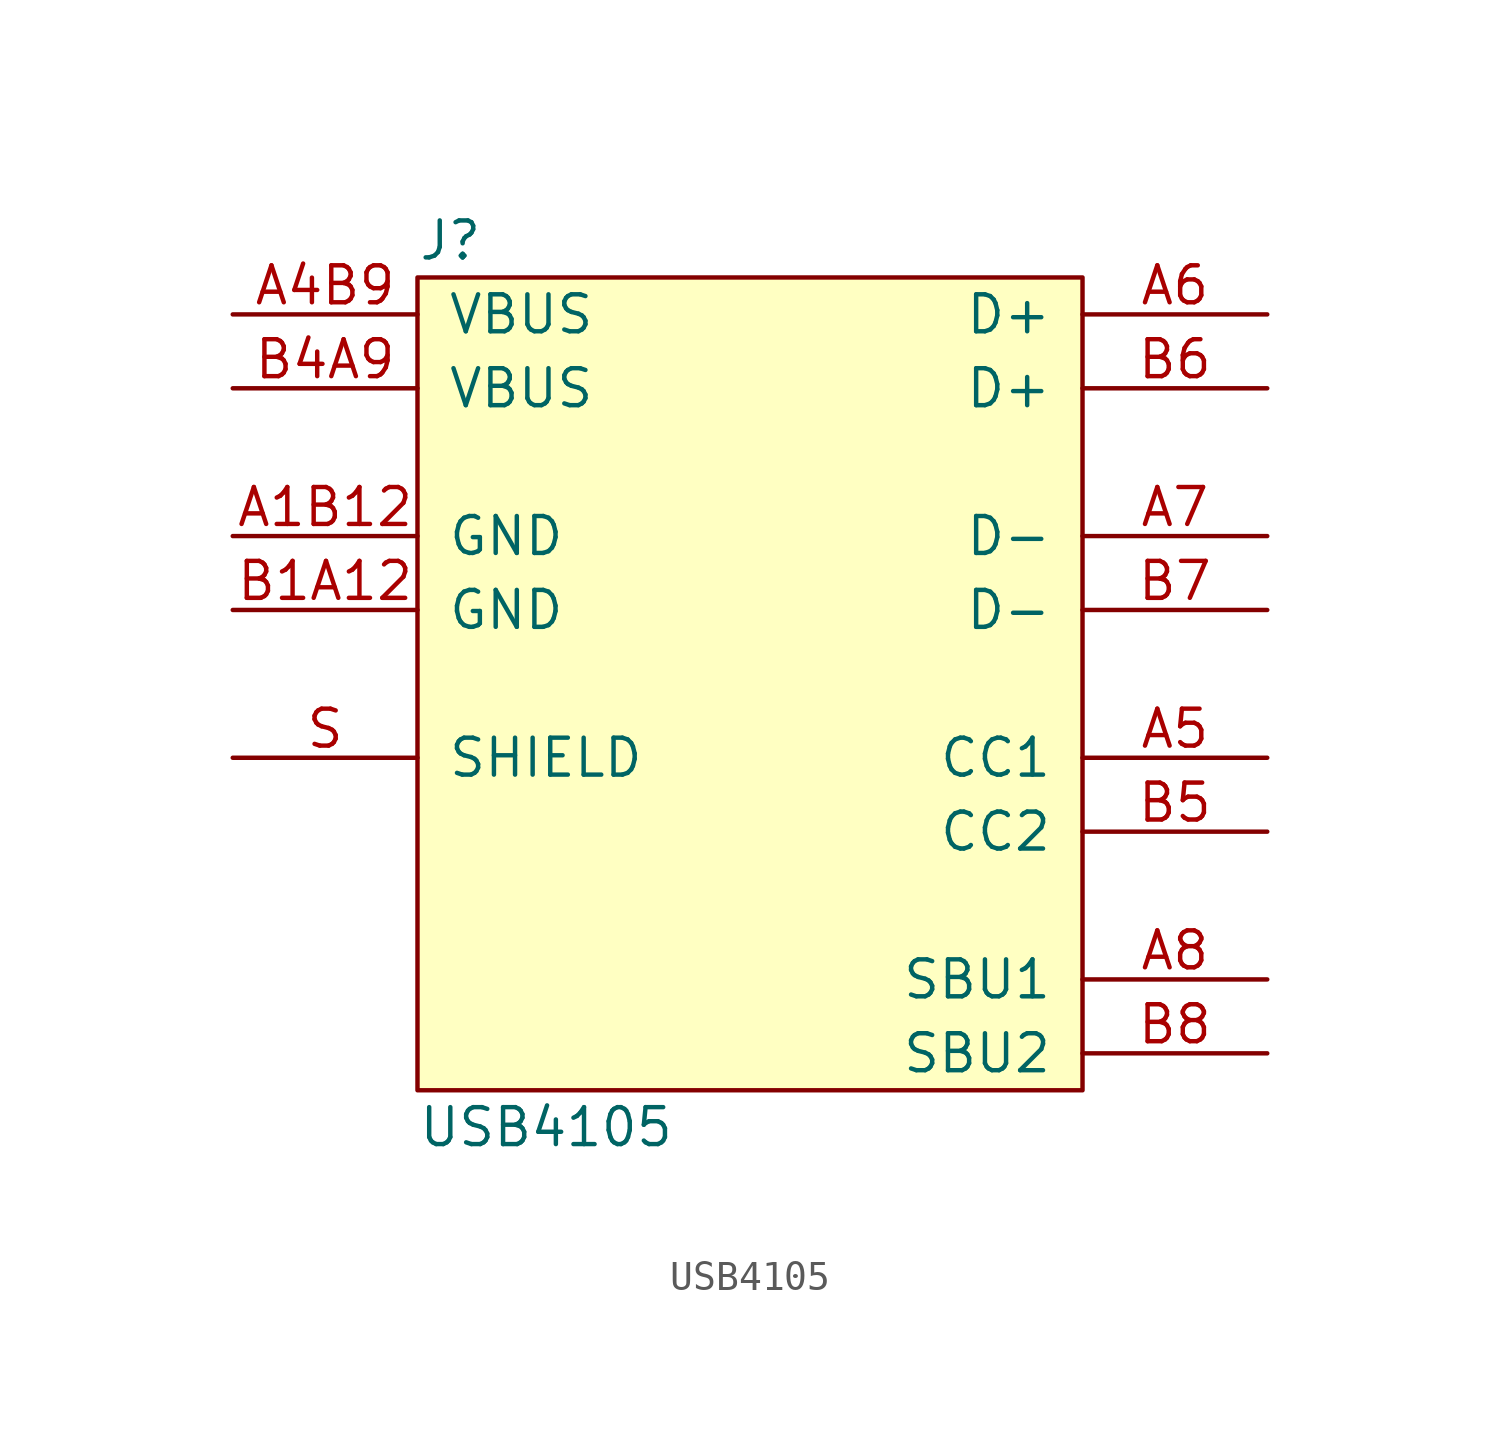
<source format=kicad_sym>
(kicad_symbol_lib
  (version 20211014)
  (generator agg_kicad.build_lib_ic)
  (symbol "USB4105"
    (pin_names
      (offset 1.016))
    (property Reference J
      (at -11.43 15.24 0)
      (effects (font (size 1.27 1.27)) (justify left)))
    (property Value "USB4105"
      (at -11.43 -15.24 0)
      (effects (font (size 1.27 1.27)) (justify left)))
    (symbol "USB4105_0_0"
      (rectangle (start -11.43 13.97) (end 11.43 -13.97) (stroke (width 0) (type default) (color 0 0 0 0)) (fill (type background)))
      (pin passive line (at -17.78 12.7 0) (length 6.35) (name VBUS (effects (font (size 1.27 1.27)))) (number "A4B9" (effects (font (size 1.27 1.27)))))
      (pin passive line (at -17.78 10.16 0) (length 6.35) (name VBUS (effects (font (size 1.27 1.27)))) (number "B4A9" (effects (font (size 1.27 1.27)))))
      (pin passive line (at -17.78 5.08 0) (length 6.35) (name GND (effects (font (size 1.27 1.27)))) (number "A1B12" (effects (font (size 1.27 1.27)))))
      (pin passive line (at -17.78 2.54 0) (length 6.35) (name GND (effects (font (size 1.27 1.27)))) (number "B1A12" (effects (font (size 1.27 1.27)))))
      (pin passive line (at -17.78 -2.54 0) (length 6.35) (name SHIELD (effects (font (size 1.27 1.27)))) (number S (effects (font (size 1.27 1.27)))))
      (pin passive line (at 17.78 12.7 180) (length 6.35) (name "D+" (effects (font (size 1.27 1.27)))) (number "A6" (effects (font (size 1.27 1.27)))))
      (pin passive line (at 17.78 10.16 180) (length 6.35) (name "D+" (effects (font (size 1.27 1.27)))) (number "B6" (effects (font (size 1.27 1.27)))))
      (pin passive line (at 17.78 5.08 180) (length 6.35) (name "D-" (effects (font (size 1.27 1.27)))) (number "A7" (effects (font (size 1.27 1.27)))))
      (pin passive line (at 17.78 2.54 180) (length 6.35) (name "D-" (effects (font (size 1.27 1.27)))) (number "B7" (effects (font (size 1.27 1.27)))))
      (pin passive line (at 17.78 -2.54 180) (length 6.35) (name "CC1" (effects (font (size 1.27 1.27)))) (number "A5" (effects (font (size 1.27 1.27)))))
      (pin passive line (at 17.78 -5.08 180) (length 6.35) (name "CC2" (effects (font (size 1.27 1.27)))) (number "B5" (effects (font (size 1.27 1.27)))))
      (pin passive line (at 17.78 -10.16 180) (length 6.35) (name "SBU1" (effects (font (size 1.27 1.27)))) (number "A8" (effects (font (size 1.27 1.27)))))
      (pin passive line (at 17.78 -12.7 180) (length 6.35) (name "SBU2" (effects (font (size 1.27 1.27)))) (number "B8" (effects (font (size 1.27 1.27))))))))
</source>
